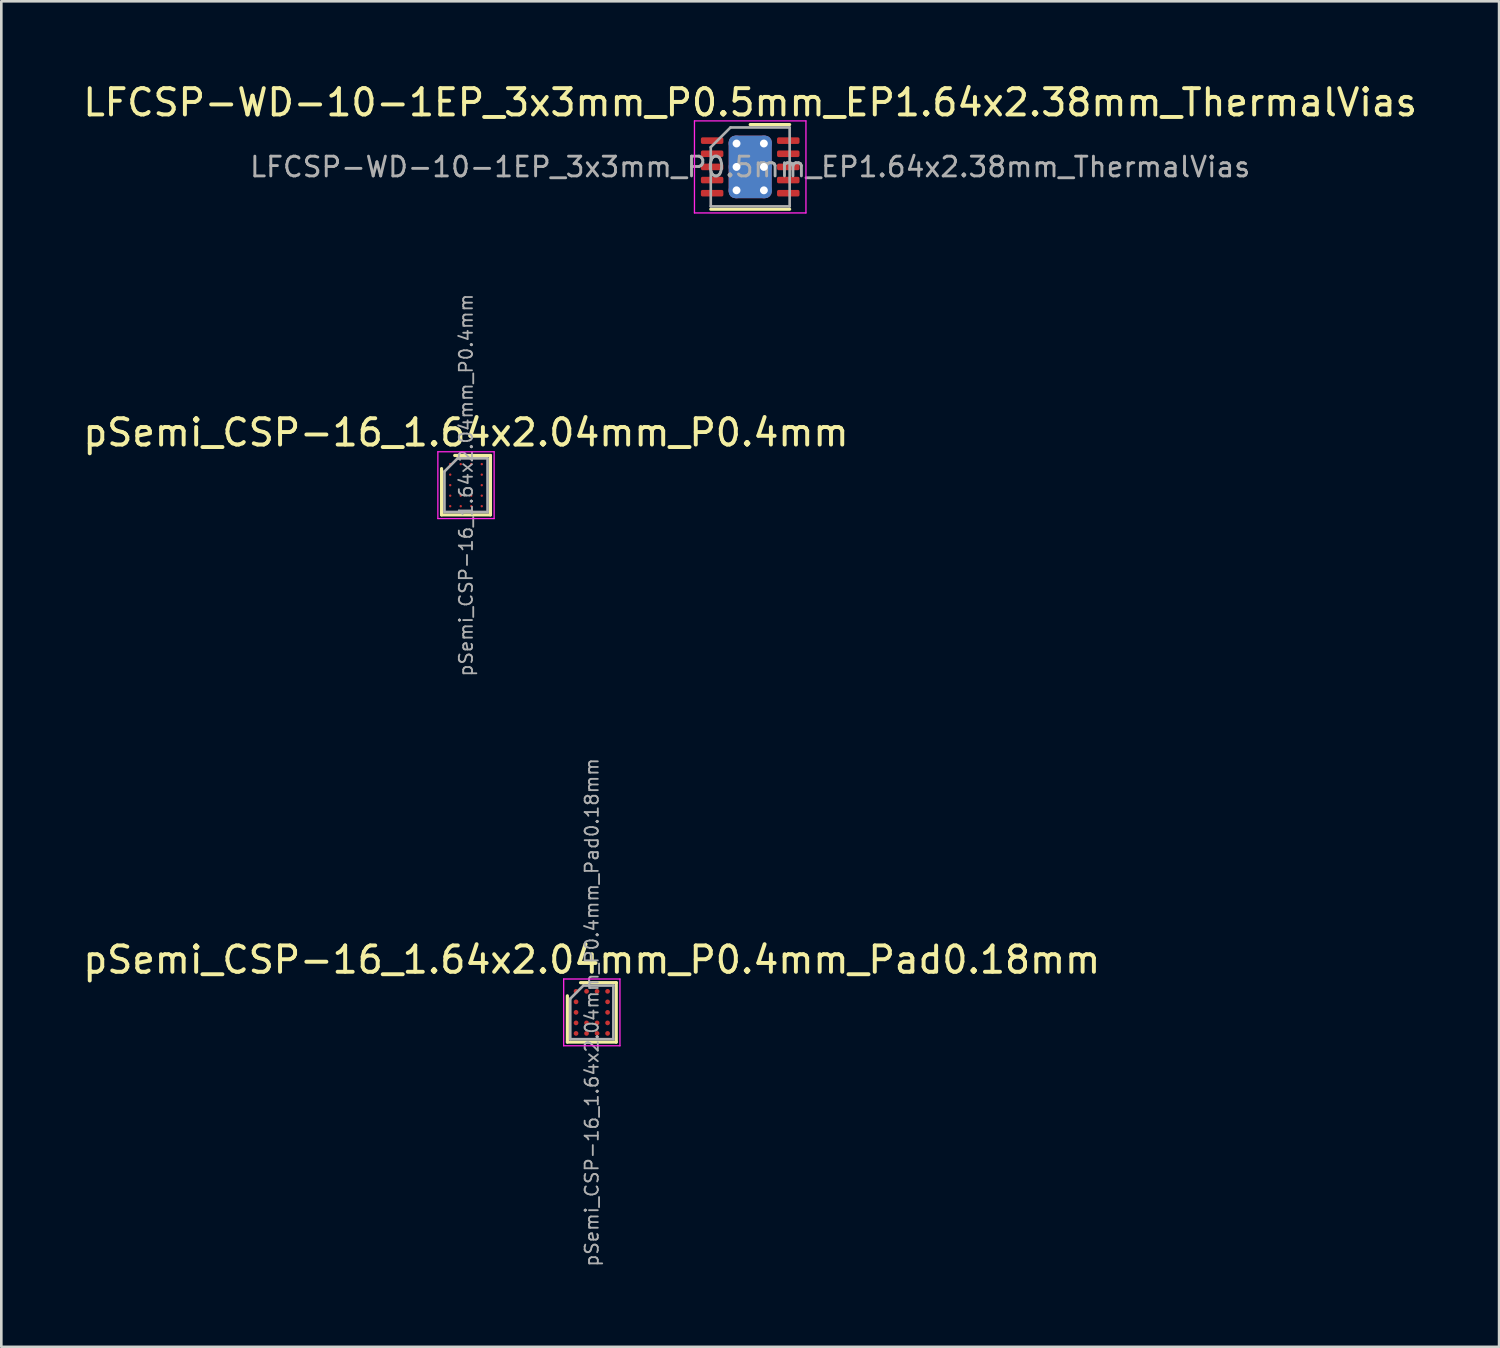
<source format=kicad_pcb>
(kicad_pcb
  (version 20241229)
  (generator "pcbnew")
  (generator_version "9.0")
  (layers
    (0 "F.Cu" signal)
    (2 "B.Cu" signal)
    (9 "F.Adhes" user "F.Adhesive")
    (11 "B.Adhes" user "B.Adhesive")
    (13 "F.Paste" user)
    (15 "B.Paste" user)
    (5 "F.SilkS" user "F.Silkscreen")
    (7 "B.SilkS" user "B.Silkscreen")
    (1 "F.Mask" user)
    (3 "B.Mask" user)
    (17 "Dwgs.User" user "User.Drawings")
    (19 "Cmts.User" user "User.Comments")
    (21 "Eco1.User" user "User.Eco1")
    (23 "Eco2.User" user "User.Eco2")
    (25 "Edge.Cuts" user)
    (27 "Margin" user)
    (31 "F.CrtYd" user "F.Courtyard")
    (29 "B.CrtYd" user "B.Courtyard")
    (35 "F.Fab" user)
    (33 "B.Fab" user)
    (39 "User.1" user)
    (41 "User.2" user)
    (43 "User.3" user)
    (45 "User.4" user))
  (footprint "LFCSP-WD-10-1EP_3x3mm_P0.5mm_EP1.64x2.38mm_ThermalVias"
    (layer "F.Cu")
    (at 25.482 3.298)
    (property "Reference" "LFCSP-WD-10-1EP_3x3mm_P0.5mm_EP1.64x2.38mm_ThermalVias" (at 0 -2.45 0) (layer "F.SilkS") (effects (font (size 1 1) (thickness 0.15))))
    (attr smd)
    (fp_line (start -1.5 1.61) (end 1.5 1.61) (stroke (width 0.12) (type solid)) (layer "F.SilkS"))
    (fp_line (start 0 -1.61) (end 1.5 -1.61) (stroke (width 0.12) (type solid)) (layer "F.SilkS"))
    (fp_line (start -2.12 -1.75) (end -2.12 1.75) (stroke (width 0.05) (type solid)) (layer "F.CrtYd"))
    (fp_line (start -2.12 1.75) (end 2.12 1.75) (stroke (width 0.05) (type solid)) (layer "F.CrtYd"))
    (fp_line (start 2.12 -1.75) (end -2.12 -1.75) (stroke (width 0.05) (type solid)) (layer "F.CrtYd"))
    (fp_line (start 2.12 1.75) (end 2.12 -1.75) (stroke (width 0.05) (type solid)) (layer "F.CrtYd"))
    (fp_line (start -1.5 -0.75) (end -0.75 -1.5) (stroke (width 0.1) (type solid)) (layer "F.Fab"))
    (fp_line (start -1.5 1.5) (end -1.5 -0.75) (stroke (width 0.1) (type solid)) (layer "F.Fab"))
    (fp_line (start -0.75 -1.5) (end 1.5 -1.5) (stroke (width 0.1) (type solid)) (layer "F.Fab"))
    (fp_line (start 1.5 -1.5) (end 1.5 1.5) (stroke (width 0.1) (type solid)) (layer "F.Fab"))
    (fp_line (start 1.5 1.5) (end -1.5 1.5) (stroke (width 0.1) (type solid)) (layer "F.Fab"))
    (fp_text user "${REFERENCE}" (at 0 0 0) (layer "F.Fab") (effects (font (size 0.75 0.75) (thickness 0.11))))
    (pad "" smd roundrect (at -0.41 -0.79) (size 0.71 0.69) (layers "F.Paste") (roundrect_rratio 0.25))
    (pad "" smd roundrect (at -0.41 0) (size 0.71 0.69) (layers "F.Paste") (roundrect_rratio 0.25))
    (pad "" smd roundrect (at -0.41 0.79) (size 0.71 0.69) (layers "F.Paste") (roundrect_rratio 0.25))
    (pad "" smd roundrect (at 0.41 -0.79) (size 0.71 0.69) (layers "F.Paste") (roundrect_rratio 0.25))
    (pad "" smd roundrect (at 0.41 0) (size 0.71 0.69) (layers "F.Paste") (roundrect_rratio 0.25))
    (pad "" smd roundrect (at 0.41 0.79) (size 0.71 0.69) (layers "F.Paste") (roundrect_rratio 0.25))
    (pad "1" smd roundrect (at -1.448 -1) (size 0.855 0.25) (layers "F.Cu" "F.Mask" "F.Paste") (roundrect_rratio 0.25))
    (pad "2" smd roundrect (at -1.448 -0.5) (size 0.855 0.25) (layers "F.Cu" "F.Mask" "F.Paste") (roundrect_rratio 0.25))
    (pad "3" smd roundrect (at -1.448 0) (size 0.855 0.25) (layers "F.Cu" "F.Mask" "F.Paste") (roundrect_rratio 0.25))
    (pad "4" smd roundrect (at -1.448 0.5) (size 0.855 0.25) (layers "F.Cu" "F.Mask" "F.Paste") (roundrect_rratio 0.25))
    (pad "5" smd roundrect (at -1.448 1) (size 0.855 0.25) (layers "F.Cu" "F.Mask" "F.Paste") (roundrect_rratio 0.25))
    (pad "6" smd roundrect (at 1.448 1) (size 0.855 0.25) (layers "F.Cu" "F.Mask" "F.Paste") (roundrect_rratio 0.25))
    (pad "7" smd roundrect (at 1.448 0.5) (size 0.855 0.25) (layers "F.Cu" "F.Mask" "F.Paste") (roundrect_rratio 0.25))
    (pad "8" smd roundrect (at 1.448 0) (size 0.855 0.25) (layers "F.Cu" "F.Mask" "F.Paste") (roundrect_rratio 0.25))
    (pad "9" smd roundrect (at 1.448 -0.5) (size 0.855 0.25) (layers "F.Cu" "F.Mask" "F.Paste") (roundrect_rratio 0.25))
    (pad "10" smd roundrect (at 1.448 -1) (size 0.855 0.25) (layers "F.Cu" "F.Mask" "F.Paste") (roundrect_rratio 0.25))
    (pad "11" thru_hole circle (at -0.52 -0.89) (size 0.6 0.6) (drill 0.3) (layers "*.Cu"))
    (pad "11" thru_hole circle (at -0.52 0) (size 0.6 0.6) (drill 0.3) (layers "*.Cu"))
    (pad "11" thru_hole circle (at -0.52 0.89) (size 0.6 0.6) (drill 0.3) (layers "*.Cu"))
    (pad "11" smd roundrect (at 0 0) (size 1.64 2.38) (layers "F.Cu" "F.Mask") (roundrect_rratio 0.152))
    (pad "11" smd roundrect (at 0 0) (size 1.64 2.38) (layers "B.Cu") (roundrect_rratio 0.152))
    (pad "11" thru_hole circle (at 0.52 -0.89) (size 0.6 0.6) (drill 0.3) (layers "*.Cu"))
    (pad "11" thru_hole circle (at 0.52 0) (size 0.6 0.6) (drill 0.3) (layers "*.Cu"))
    (pad "11" thru_hole circle (at 0.52 0.89) (size 0.6 0.6) (drill 0.3) (layers "*.Cu")))
  (footprint "pSemi_CSP-16_1.64x2.04mm_P0.4mm_Pad0.18mm"
    (layer "F.Cu")
    (at 19.458 35.453)
    (property "Reference" "pSemi_CSP-16_1.64x2.04mm_P0.4mm_Pad0.18mm" (at 0 -2 0) (layer "F.SilkS") (effects (font (size 1 1) (thickness 0.15))))
    (attr smd)
    (fp_line (start -0.93 -0.63) (end -0.93 1.13) (stroke (width 0.12) (type solid)) (layer "F.SilkS"))
    (fp_line (start 0.93 -1.13) (end -0.43 -1.13) (stroke (width 0.12) (type solid)) (layer "F.SilkS"))
    (fp_line (start 0.93 -1.13) (end 0.93 1.13) (stroke (width 0.12) (type solid)) (layer "F.SilkS"))
    (fp_line (start 0.93 1.13) (end -0.93 1.13) (stroke (width 0.12) (type solid)) (layer "F.SilkS"))
    (fp_line (start -1.07 -1.27) (end -1.07 1.27) (stroke (width 0.05) (type solid)) (layer "F.CrtYd"))
    (fp_line (start 1.07 -1.27) (end -1.07 -1.27) (stroke (width 0.05) (type solid)) (layer "F.CrtYd"))
    (fp_line (start 1.07 -1.27) (end 1.07 1.27) (stroke (width 0.05) (type solid)) (layer "F.CrtYd"))
    (fp_line (start 1.07 1.27) (end -1.07 1.27) (stroke (width 0.05) (type solid)) (layer "F.CrtYd"))
    (fp_line (start -0.82 1.02) (end -0.82 -0.52) (stroke (width 0.1) (type solid)) (layer "F.Fab"))
    (fp_line (start -0.32 -1.02) (end -0.82 -0.52) (stroke (width 0.1) (type solid)) (layer "F.Fab"))
    (fp_line (start -0.32 -1.02) (end 0.82 -1.02) (stroke (width 0.1) (type solid)) (layer "F.Fab"))
    (fp_line (start 0.82 -1.02) (end 0.82 1.02) (stroke (width 0.1) (type solid)) (layer "F.Fab"))
    (fp_line (start 0.82 1.02) (end -0.82 1.02) (stroke (width 0.1) (type solid)) (layer "F.Fab"))
    (fp_text user "${REFERENCE}" (at 0 0 90) (layer "F.Fab") (effects (font (size 0.5 0.5) (thickness 0.07))))
    (pad "1" smd circle (at -0.6 -0.8) (size 0.18 0.18) (layers "F.Cu" "F.Mask" "F.Paste"))
    (pad "2" smd circle (at -0.6 -0.4) (size 0.18 0.18) (layers "F.Cu" "F.Mask" "F.Paste"))
    (pad "3" smd circle (at -0.6 0) (size 0.18 0.18) (layers "F.Cu" "F.Mask" "F.Paste"))
    (pad "4" smd circle (at -0.6 0.4) (size 0.18 0.18) (layers "F.Cu" "F.Mask" "F.Paste"))
    (pad "5" smd circle (at -0.6 0.8) (size 0.18 0.18) (layers "F.Cu" "F.Mask" "F.Paste"))
    (pad "6" smd circle (at -0.2 -0.8) (size 0.18 0.18) (layers "F.Cu" "F.Mask" "F.Paste"))
    (pad "7" smd circle (at -0.2 0.4) (size 0.18 0.18) (layers "F.Cu" "F.Mask" "F.Paste"))
    (pad "8" smd circle (at -0.2 0.8) (size 0.18 0.18) (layers "F.Cu" "F.Mask" "F.Paste"))
    (pad "9" smd circle (at 0.2 -0.8) (size 0.18 0.18) (layers "F.Cu" "F.Mask" "F.Paste"))
    (pad "10" smd circle (at 0.2 0.4) (size 0.18 0.18) (layers "F.Cu" "F.Mask" "F.Paste"))
    (pad "11" smd circle (at 0.2 0.8) (size 0.18 0.18) (layers "F.Cu" "F.Mask" "F.Paste"))
    (pad "12" smd circle (at 0.6 -0.8) (size 0.18 0.18) (layers "F.Cu" "F.Mask" "F.Paste"))
    (pad "13" smd circle (at 0.6 -0.4) (size 0.18 0.18) (layers "F.Cu" "F.Mask" "F.Paste"))
    (pad "14" smd circle (at 0.6 0) (size 0.18 0.18) (layers "F.Cu" "F.Mask" "F.Paste"))
    (pad "15" smd circle (at 0.6 0.4) (size 0.18 0.18) (layers "F.Cu" "F.Mask" "F.Paste"))
    (pad "16" smd circle (at 0.6 0.8) (size 0.18 0.18) (layers "F.Cu" "F.Mask" "F.Paste")))
  (footprint "pSemi_CSP-16_1.64x2.04mm_P0.4mm"
    (layer "F.Cu")
    (at 14.673 15.402)
    (property "Reference" "pSemi_CSP-16_1.64x2.04mm_P0.4mm" (at 0 -2 0) (layer "F.SilkS") (effects (font (size 1 1) (thickness 0.15))))
    (attr smd)
    (fp_line (start -0.93 -0.63) (end -0.93 1.13) (stroke (width 0.12) (type solid)) (layer "F.SilkS"))
    (fp_line (start 0.93 -1.13) (end -0.43 -1.13) (stroke (width 0.12) (type solid)) (layer "F.SilkS"))
    (fp_line (start 0.93 -1.13) (end 0.93 1.13) (stroke (width 0.12) (type solid)) (layer "F.SilkS"))
    (fp_line (start 0.93 1.13) (end -0.93 1.13) (stroke (width 0.12) (type solid)) (layer "F.SilkS"))
    (fp_line (start -1.07 -1.27) (end -1.07 1.27) (stroke (width 0.05) (type solid)) (layer "F.CrtYd"))
    (fp_line (start 1.07 -1.27) (end -1.07 -1.27) (stroke (width 0.05) (type solid)) (layer "F.CrtYd"))
    (fp_line (start 1.07 -1.27) (end 1.07 1.27) (stroke (width 0.05) (type solid)) (layer "F.CrtYd"))
    (fp_line (start 1.07 1.27) (end -1.07 1.27) (stroke (width 0.05) (type solid)) (layer "F.CrtYd"))
    (fp_line (start -0.82 1.02) (end -0.82 -0.52) (stroke (width 0.1) (type solid)) (layer "F.Fab"))
    (fp_line (start -0.32 -1.02) (end -0.82 -0.52) (stroke (width 0.1) (type solid)) (layer "F.Fab"))
    (fp_line (start -0.32 -1.02) (end 0.82 -1.02) (stroke (width 0.1) (type solid)) (layer "F.Fab"))
    (fp_line (start 0.82 -1.02) (end 0.82 1.02) (stroke (width 0.1) (type solid)) (layer "F.Fab"))
    (fp_line (start 0.82 1.02) (end -0.82 1.02) (stroke (width 0.1) (type solid)) (layer "F.Fab"))
    (fp_text user "${REFERENCE}" (at 0 0 90) (layer "F.Fab") (effects (font (size 0.5 0.5) (thickness 0.07))))
    (pad "1" smd circle (at -0.6 -0.8) (size 0.09 0.09) (layers "F.Cu" "F.Mask" "F.Paste"))
    (pad "2" smd circle (at -0.6 -0.4) (size 0.09 0.09) (layers "F.Cu" "F.Mask" "F.Paste"))
    (pad "3" smd circle (at -0.6 0) (size 0.09 0.09) (layers "F.Cu" "F.Mask" "F.Paste"))
    (pad "4" smd circle (at -0.6 0.4) (size 0.09 0.09) (layers "F.Cu" "F.Mask" "F.Paste"))
    (pad "5" smd circle (at -0.6 0.8) (size 0.09 0.09) (layers "F.Cu" "F.Mask" "F.Paste"))
    (pad "6" smd circle (at -0.2 -0.8) (size 0.09 0.09) (layers "F.Cu" "F.Mask" "F.Paste"))
    (pad "7" smd circle (at -0.2 0.4) (size 0.09 0.09) (layers "F.Cu" "F.Mask" "F.Paste"))
    (pad "8" smd circle (at -0.2 0.8) (size 0.09 0.09) (layers "F.Cu" "F.Mask" "F.Paste"))
    (pad "9" smd circle (at 0.2 -0.8) (size 0.09 0.09) (layers "F.Cu" "F.Mask" "F.Paste"))
    (pad "10" smd circle (at 0.2 0.4) (size 0.09 0.09) (layers "F.Cu" "F.Mask" "F.Paste"))
    (pad "11" smd circle (at 0.2 0.8) (size 0.09 0.09) (layers "F.Cu" "F.Mask" "F.Paste"))
    (pad "12" smd circle (at 0.6 -0.8) (size 0.09 0.09) (layers "F.Cu" "F.Mask" "F.Paste"))
    (pad "13" smd circle (at 0.6 -0.4) (size 0.09 0.09) (layers "F.Cu" "F.Mask" "F.Paste"))
    (pad "14" smd circle (at 0.6 0) (size 0.09 0.09) (layers "F.Cu" "F.Mask" "F.Paste"))
    (pad "15" smd circle (at 0.6 0.4) (size 0.09 0.09) (layers "F.Cu" "F.Mask" "F.Paste"))
    (pad "16" smd circle (at 0.6 0.8) (size 0.09 0.09) (layers "F.Cu" "F.Mask" "F.Paste")))
  (gr_rect
    (start -3 -3)
    (end 53.964 48.174)
    (stroke (width 0.1) (type default))
    (fill no)
    (layer "Edge.Cuts")))
</source>
